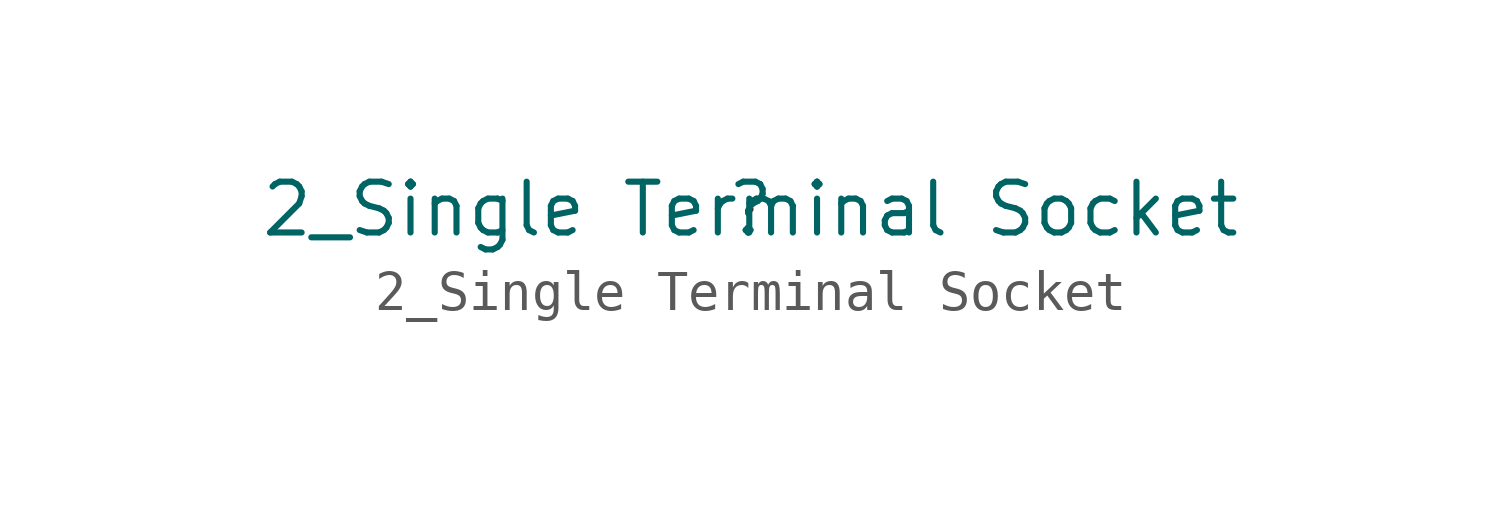
<source format=kicad_sym>
(kicad_symbol_lib
  (version 20220331)
  (generator kicad_symbol_editor)
  (symbol "2_Single Terminal Socket"
    (property "Reference" ""
      (at 0 0 0)
      (effects (font (size 1.27 1.27))))
    (property "Value" "2_Single Terminal Socket"
      (at 0 0 0)
      (effects (font (size 1.27 1.27))))
    (symbol "2_Single Terminal Socket_1_0"
      (pin bidirectional line (at 0 0 0) (length 0) (name "1" (effects (font (size 0 0)))) (number "1" (effects (font (size 0 0))))))))
</source>
